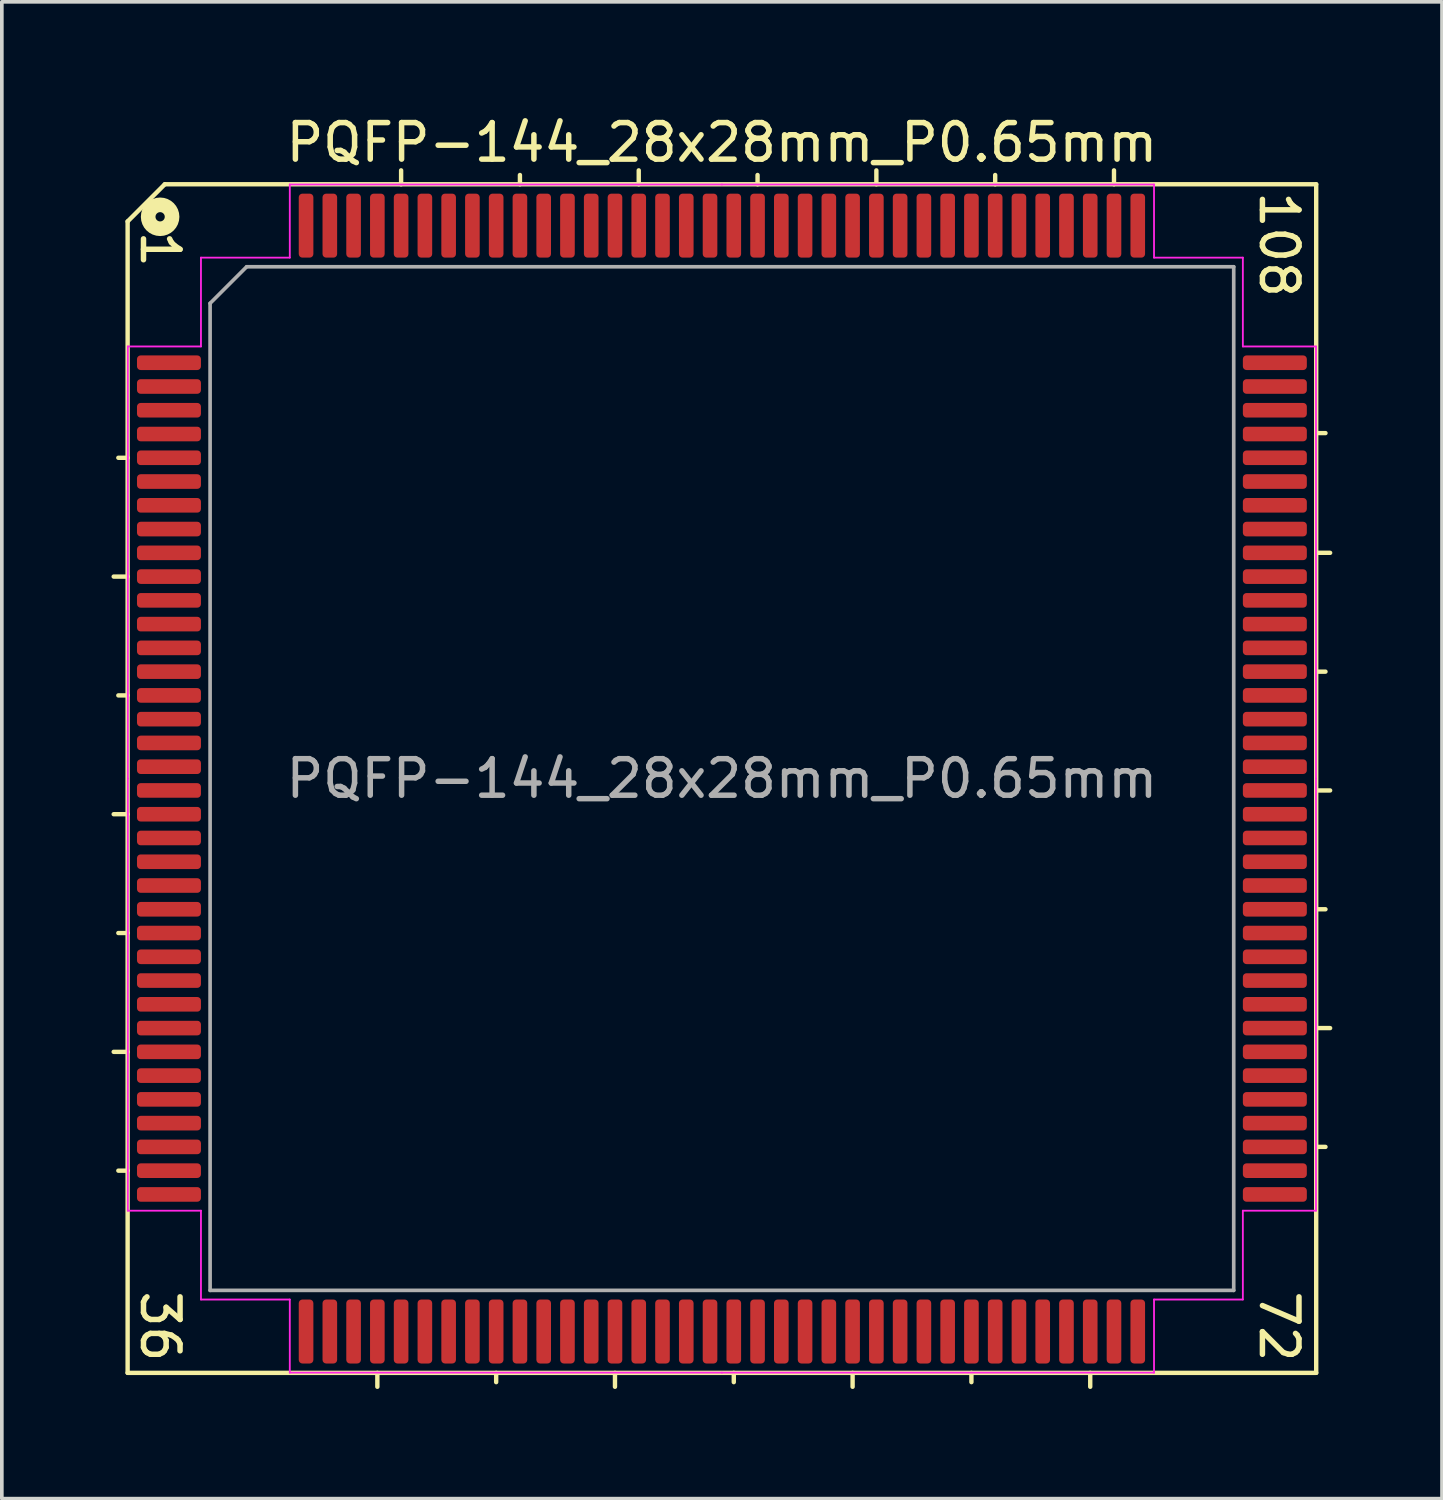
<source format=kicad_pcb>
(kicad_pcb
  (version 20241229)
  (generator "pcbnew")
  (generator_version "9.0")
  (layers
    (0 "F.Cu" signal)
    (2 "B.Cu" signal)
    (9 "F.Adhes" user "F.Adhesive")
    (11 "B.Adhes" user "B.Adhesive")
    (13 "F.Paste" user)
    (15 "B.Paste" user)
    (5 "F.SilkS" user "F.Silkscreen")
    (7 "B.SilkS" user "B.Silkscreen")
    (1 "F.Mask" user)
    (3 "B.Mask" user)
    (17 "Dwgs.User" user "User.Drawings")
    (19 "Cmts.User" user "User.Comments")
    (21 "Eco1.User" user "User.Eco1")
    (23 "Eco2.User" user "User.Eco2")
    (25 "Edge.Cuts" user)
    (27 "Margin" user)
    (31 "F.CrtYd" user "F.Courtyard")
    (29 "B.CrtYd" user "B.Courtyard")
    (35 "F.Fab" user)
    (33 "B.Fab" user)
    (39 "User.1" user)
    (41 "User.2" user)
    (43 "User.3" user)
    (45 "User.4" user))
  (footprint "PQFP-144_28x28mm_P0.65mm"
    (layer "F.Cu")
    (at 16.697 18.247)
    (property "Reference" "PQFP-144_28x28mm_P0.65mm" (at 0 -17.399 0) (layer "F.SilkS") (effects (font (size 1 1) (thickness 0.15))))
    (attr smd)
    (fp_line (start -16.256 -15.24) (end -16.256 16.256) (stroke (width 0.12) (type solid)) (layer "F.SilkS"))
    (fp_line (start -16.256 -8.775) (end -16.51 -8.775) (stroke (width 0.12) (type solid)) (layer "F.SilkS"))
    (fp_line (start -16.256 -5.525) (end -16.637 -5.525) (stroke (width 0.12) (type solid)) (layer "F.SilkS"))
    (fp_line (start -16.256 -2.275) (end -16.51 -2.275) (stroke (width 0.12) (type solid)) (layer "F.SilkS"))
    (fp_line (start -16.256 0.975) (end -16.637 0.975) (stroke (width 0.12) (type solid)) (layer "F.SilkS"))
    (fp_line (start -16.256 4.225) (end -16.51 4.225) (stroke (width 0.12) (type solid)) (layer "F.SilkS"))
    (fp_line (start -16.256 7.475) (end -16.637 7.475) (stroke (width 0.12) (type solid)) (layer "F.SilkS"))
    (fp_line (start -16.256 10.725) (end -16.51 10.725) (stroke (width 0.12) (type solid)) (layer "F.SilkS"))
    (fp_line (start -16.256 16.256) (end 16.256 16.256) (stroke (width 0.12) (type solid)) (layer "F.SilkS"))
    (fp_line (start -15.24 -16.256) (end -16.256 -15.24) (stroke (width 0.12) (type solid)) (layer "F.SilkS"))
    (fp_line (start -9.425 16.256) (end -9.425 16.637) (stroke (width 0.12) (type solid)) (layer "F.SilkS"))
    (fp_line (start -8.775 -16.256) (end -8.775 -16.637) (stroke (width 0.12) (type solid)) (layer "F.SilkS"))
    (fp_line (start -6.175 16.256) (end -6.175 16.51) (stroke (width 0.12) (type solid)) (layer "F.SilkS"))
    (fp_line (start -5.525 -16.256) (end -5.525 -16.51) (stroke (width 0.12) (type solid)) (layer "F.SilkS"))
    (fp_line (start -2.925 16.256) (end -2.925 16.637) (stroke (width 0.12) (type solid)) (layer "F.SilkS"))
    (fp_line (start -2.275 -16.256) (end -2.275 -16.637) (stroke (width 0.12) (type solid)) (layer "F.SilkS"))
    (fp_line (start 0.325 16.256) (end 0.325 16.51) (stroke (width 0.12) (type solid)) (layer "F.SilkS"))
    (fp_line (start 0.975 -16.256) (end 0.975 -16.51) (stroke (width 0.12) (type solid)) (layer "F.SilkS"))
    (fp_line (start 3.575 16.256) (end 3.575 16.637) (stroke (width 0.12) (type solid)) (layer "F.SilkS"))
    (fp_line (start 4.225 -16.256) (end 4.225 -16.637) (stroke (width 0.12) (type solid)) (layer "F.SilkS"))
    (fp_line (start 6.825 16.256) (end 6.825 16.51) (stroke (width 0.12) (type solid)) (layer "F.SilkS"))
    (fp_line (start 7.475 -16.256) (end 7.475 -16.51) (stroke (width 0.12) (type solid)) (layer "F.SilkS"))
    (fp_line (start 10.075 16.256) (end 10.075 16.637) (stroke (width 0.12) (type solid)) (layer "F.SilkS"))
    (fp_line (start 10.725 -16.256) (end 10.725 -16.637) (stroke (width 0.12) (type solid)) (layer "F.SilkS"))
    (fp_line (start 16.256 -16.256) (end -15.24 -16.256) (stroke (width 0.12) (type solid)) (layer "F.SilkS"))
    (fp_line (start 16.256 -9.45) (end 16.51 -9.45) (stroke (width 0.12) (type solid)) (layer "F.SilkS"))
    (fp_line (start 16.256 -6.175) (end 16.637 -6.175) (stroke (width 0.12) (type solid)) (layer "F.SilkS"))
    (fp_line (start 16.256 -2.925) (end 16.51 -2.925) (stroke (width 0.12) (type solid)) (layer "F.SilkS"))
    (fp_line (start 16.256 0.325) (end 16.637 0.325) (stroke (width 0.12) (type solid)) (layer "F.SilkS"))
    (fp_line (start 16.256 3.575) (end 16.51 3.575) (stroke (width 0.12) (type solid)) (layer "F.SilkS"))
    (fp_line (start 16.256 6.825) (end 16.637 6.825) (stroke (width 0.12) (type solid)) (layer "F.SilkS"))
    (fp_line (start 16.256 10.075) (end 16.51 10.075) (stroke (width 0.12) (type solid)) (layer "F.SilkS"))
    (fp_line (start 16.256 16.256) (end 16.256 -16.256) (stroke (width 0.12) (type solid)) (layer "F.SilkS"))
    (fp_circle (center -15.367 -15.367) (end -15.24 -15.367) (stroke (width 0.4) (type solid)) (fill no) (layer "F.SilkS"))
    (fp_line (start -16.25 -11.82) (end -16.25 0) (stroke (width 0.05) (type solid)) (layer "F.CrtYd"))
    (fp_line (start -16.25 11.82) (end -16.25 0) (stroke (width 0.05) (type solid)) (layer "F.CrtYd"))
    (fp_line (start -14.25 -14.25) (end -14.25 -11.82) (stroke (width 0.05) (type solid)) (layer "F.CrtYd"))
    (fp_line (start -14.25 -11.82) (end -16.25 -11.82) (stroke (width 0.05) (type solid)) (layer "F.CrtYd"))
    (fp_line (start -14.25 11.82) (end -16.25 11.82) (stroke (width 0.05) (type solid)) (layer "F.CrtYd"))
    (fp_line (start -14.25 14.25) (end -14.25 11.82) (stroke (width 0.05) (type solid)) (layer "F.CrtYd"))
    (fp_line (start -11.82 -16.25) (end -11.82 -14.25) (stroke (width 0.05) (type solid)) (layer "F.CrtYd"))
    (fp_line (start -11.82 -14.25) (end -14.25 -14.25) (stroke (width 0.05) (type solid)) (layer "F.CrtYd"))
    (fp_line (start -11.82 14.25) (end -14.25 14.25) (stroke (width 0.05) (type solid)) (layer "F.CrtYd"))
    (fp_line (start -11.82 16.25) (end -11.82 14.25) (stroke (width 0.05) (type solid)) (layer "F.CrtYd"))
    (fp_line (start 0 -16.25) (end -11.82 -16.25) (stroke (width 0.05) (type solid)) (layer "F.CrtYd"))
    (fp_line (start 0 -16.25) (end 11.82 -16.25) (stroke (width 0.05) (type solid)) (layer "F.CrtYd"))
    (fp_line (start 0 16.25) (end -11.82 16.25) (stroke (width 0.05) (type solid)) (layer "F.CrtYd"))
    (fp_line (start 0 16.25) (end 11.82 16.25) (stroke (width 0.05) (type solid)) (layer "F.CrtYd"))
    (fp_line (start 11.82 -16.25) (end 11.82 -14.25) (stroke (width 0.05) (type solid)) (layer "F.CrtYd"))
    (fp_line (start 11.82 -14.25) (end 14.25 -14.25) (stroke (width 0.05) (type solid)) (layer "F.CrtYd"))
    (fp_line (start 11.82 14.25) (end 14.25 14.25) (stroke (width 0.05) (type solid)) (layer "F.CrtYd"))
    (fp_line (start 11.82 16.25) (end 11.82 14.25) (stroke (width 0.05) (type solid)) (layer "F.CrtYd"))
    (fp_line (start 14.25 -14.25) (end 14.25 -11.82) (stroke (width 0.05) (type solid)) (layer "F.CrtYd"))
    (fp_line (start 14.25 -11.82) (end 16.25 -11.82) (stroke (width 0.05) (type solid)) (layer "F.CrtYd"))
    (fp_line (start 14.25 11.82) (end 16.25 11.82) (stroke (width 0.05) (type solid)) (layer "F.CrtYd"))
    (fp_line (start 14.25 14.25) (end 14.25 11.82) (stroke (width 0.05) (type solid)) (layer "F.CrtYd"))
    (fp_line (start 16.25 -11.82) (end 16.25 0) (stroke (width 0.05) (type solid)) (layer "F.CrtYd"))
    (fp_line (start 16.25 11.82) (end 16.25 0) (stroke (width 0.05) (type solid)) (layer "F.CrtYd"))
    (fp_line (start -14 -13) (end -13 -14) (stroke (width 0.1) (type solid)) (layer "F.Fab"))
    (fp_line (start -14 14) (end -14 -13) (stroke (width 0.1) (type solid)) (layer "F.Fab"))
    (fp_line (start -13 -14) (end 14 -14) (stroke (width 0.1) (type solid)) (layer "F.Fab"))
    (fp_line (start 14 -14) (end 14 14) (stroke (width 0.1) (type solid)) (layer "F.Fab"))
    (fp_line (start 14 14) (end -14 14) (stroke (width 0.1) (type solid)) (layer "F.Fab"))
    (fp_text user "108" (at 15.24 -14.605 270) (unlocked yes) (layer "F.SilkS") (effects (font (size 1 1) (thickness 0.15))))
    (fp_text user "1" (at -15.367 -14.478 270) (unlocked yes) (layer "F.SilkS") (effects (font (size 1 1) (thickness 0.15))))
    (fp_text user "36" (at -15.367 14.986 270) (unlocked yes) (layer "F.SilkS") (effects (font (size 1 1) (thickness 0.15))))
    (fp_text user "72" (at 15.24 14.986 270) (unlocked yes) (layer "F.SilkS") (effects (font (size 1 1) (thickness 0.15))))
    (fp_text user "${REFERENCE}" (at 0 0 0) (layer "F.Fab") (effects (font (size 1 1) (thickness 0.15))))
    (pad "1" smd roundrect (at -15.125 -11.375) (size 1.75 0.4) (layers "F.Cu" "F.Mask" "F.Paste") (roundrect_rratio 0.25))
    (pad "2" smd roundrect (at -15.125 -10.725) (size 1.75 0.4) (layers "F.Cu" "F.Mask" "F.Paste") (roundrect_rratio 0.25))
    (pad "3" smd roundrect (at -15.125 -10.075) (size 1.75 0.4) (layers "F.Cu" "F.Mask" "F.Paste") (roundrect_rratio 0.25))
    (pad "4" smd roundrect (at -15.125 -9.425) (size 1.75 0.4) (layers "F.Cu" "F.Mask" "F.Paste") (roundrect_rratio 0.25))
    (pad "5" smd roundrect (at -15.125 -8.775) (size 1.75 0.4) (layers "F.Cu" "F.Mask" "F.Paste") (roundrect_rratio 0.25))
    (pad "6" smd roundrect (at -15.125 -8.125) (size 1.75 0.4) (layers "F.Cu" "F.Mask" "F.Paste") (roundrect_rratio 0.25))
    (pad "7" smd roundrect (at -15.125 -7.475) (size 1.75 0.4) (layers "F.Cu" "F.Mask" "F.Paste") (roundrect_rratio 0.25))
    (pad "8" smd roundrect (at -15.125 -6.825) (size 1.75 0.4) (layers "F.Cu" "F.Mask" "F.Paste") (roundrect_rratio 0.25))
    (pad "9" smd roundrect (at -15.125 -6.175) (size 1.75 0.4) (layers "F.Cu" "F.Mask" "F.Paste") (roundrect_rratio 0.25))
    (pad "10" smd roundrect (at -15.125 -5.525) (size 1.75 0.4) (layers "F.Cu" "F.Mask" "F.Paste") (roundrect_rratio 0.25))
    (pad "11" smd roundrect (at -15.125 -4.875) (size 1.75 0.4) (layers "F.Cu" "F.Mask" "F.Paste") (roundrect_rratio 0.25))
    (pad "12" smd roundrect (at -15.125 -4.225) (size 1.75 0.4) (layers "F.Cu" "F.Mask" "F.Paste") (roundrect_rratio 0.25))
    (pad "13" smd roundrect (at -15.125 -3.575) (size 1.75 0.4) (layers "F.Cu" "F.Mask" "F.Paste") (roundrect_rratio 0.25))
    (pad "14" smd roundrect (at -15.125 -2.925) (size 1.75 0.4) (layers "F.Cu" "F.Mask" "F.Paste") (roundrect_rratio 0.25))
    (pad "15" smd roundrect (at -15.125 -2.275) (size 1.75 0.4) (layers "F.Cu" "F.Mask" "F.Paste") (roundrect_rratio 0.25))
    (pad "16" smd roundrect (at -15.125 -1.625) (size 1.75 0.4) (layers "F.Cu" "F.Mask" "F.Paste") (roundrect_rratio 0.25))
    (pad "17" smd roundrect (at -15.125 -0.975) (size 1.75 0.4) (layers "F.Cu" "F.Mask" "F.Paste") (roundrect_rratio 0.25))
    (pad "18" smd roundrect (at -15.125 -0.325) (size 1.75 0.4) (layers "F.Cu" "F.Mask" "F.Paste") (roundrect_rratio 0.25))
    (pad "19" smd roundrect (at -15.125 0.325) (size 1.75 0.4) (layers "F.Cu" "F.Mask" "F.Paste") (roundrect_rratio 0.25))
    (pad "20" smd roundrect (at -15.125 0.975) (size 1.75 0.4) (layers "F.Cu" "F.Mask" "F.Paste") (roundrect_rratio 0.25))
    (pad "21" smd roundrect (at -15.125 1.625) (size 1.75 0.4) (layers "F.Cu" "F.Mask" "F.Paste") (roundrect_rratio 0.25))
    (pad "22" smd roundrect (at -15.125 2.275) (size 1.75 0.4) (layers "F.Cu" "F.Mask" "F.Paste") (roundrect_rratio 0.25))
    (pad "23" smd roundrect (at -15.125 2.925) (size 1.75 0.4) (layers "F.Cu" "F.Mask" "F.Paste") (roundrect_rratio 0.25))
    (pad "24" smd roundrect (at -15.125 3.575) (size 1.75 0.4) (layers "F.Cu" "F.Mask" "F.Paste") (roundrect_rratio 0.25))
    (pad "25" smd roundrect (at -15.125 4.225) (size 1.75 0.4) (layers "F.Cu" "F.Mask" "F.Paste") (roundrect_rratio 0.25))
    (pad "26" smd roundrect (at -15.125 4.875) (size 1.75 0.4) (layers "F.Cu" "F.Mask" "F.Paste") (roundrect_rratio 0.25))
    (pad "27" smd roundrect (at -15.125 5.525) (size 1.75 0.4) (layers "F.Cu" "F.Mask" "F.Paste") (roundrect_rratio 0.25))
    (pad "28" smd roundrect (at -15.125 6.175) (size 1.75 0.4) (layers "F.Cu" "F.Mask" "F.Paste") (roundrect_rratio 0.25))
    (pad "29" smd roundrect (at -15.125 6.825) (size 1.75 0.4) (layers "F.Cu" "F.Mask" "F.Paste") (roundrect_rratio 0.25))
    (pad "30" smd roundrect (at -15.125 7.475) (size 1.75 0.4) (layers "F.Cu" "F.Mask" "F.Paste") (roundrect_rratio 0.25))
    (pad "31" smd roundrect (at -15.125 8.125) (size 1.75 0.4) (layers "F.Cu" "F.Mask" "F.Paste") (roundrect_rratio 0.25))
    (pad "32" smd roundrect (at -15.125 8.775) (size 1.75 0.4) (layers "F.Cu" "F.Mask" "F.Paste") (roundrect_rratio 0.25))
    (pad "33" smd roundrect (at -15.125 9.425) (size 1.75 0.4) (layers "F.Cu" "F.Mask" "F.Paste") (roundrect_rratio 0.25))
    (pad "34" smd roundrect (at -15.125 10.075) (size 1.75 0.4) (layers "F.Cu" "F.Mask" "F.Paste") (roundrect_rratio 0.25))
    (pad "35" smd roundrect (at -15.125 10.725) (size 1.75 0.4) (layers "F.Cu" "F.Mask" "F.Paste") (roundrect_rratio 0.25))
    (pad "36" smd roundrect (at -15.125 11.375) (size 1.75 0.4) (layers "F.Cu" "F.Mask" "F.Paste") (roundrect_rratio 0.25))
    (pad "37" smd roundrect (at -11.375 15.125) (size 0.4 1.75) (layers "F.Cu" "F.Mask" "F.Paste") (roundrect_rratio 0.25))
    (pad "38" smd roundrect (at -10.725 15.125) (size 0.4 1.75) (layers "F.Cu" "F.Mask" "F.Paste") (roundrect_rratio 0.25))
    (pad "39" smd roundrect (at -10.075 15.125) (size 0.4 1.75) (layers "F.Cu" "F.Mask" "F.Paste") (roundrect_rratio 0.25))
    (pad "40" smd roundrect (at -9.425 15.125) (size 0.4 1.75) (layers "F.Cu" "F.Mask" "F.Paste") (roundrect_rratio 0.25))
    (pad "41" smd roundrect (at -8.775 15.125) (size 0.4 1.75) (layers "F.Cu" "F.Mask" "F.Paste") (roundrect_rratio 0.25))
    (pad "42" smd roundrect (at -8.125 15.125) (size 0.4 1.75) (layers "F.Cu" "F.Mask" "F.Paste") (roundrect_rratio 0.25))
    (pad "43" smd roundrect (at -7.475 15.125) (size 0.4 1.75) (layers "F.Cu" "F.Mask" "F.Paste") (roundrect_rratio 0.25))
    (pad "44" smd roundrect (at -6.825 15.125) (size 0.4 1.75) (layers "F.Cu" "F.Mask" "F.Paste") (roundrect_rratio 0.25))
    (pad "45" smd roundrect (at -6.175 15.125) (size 0.4 1.75) (layers "F.Cu" "F.Mask" "F.Paste") (roundrect_rratio 0.25))
    (pad "46" smd roundrect (at -5.525 15.125) (size 0.4 1.75) (layers "F.Cu" "F.Mask" "F.Paste") (roundrect_rratio 0.25))
    (pad "47" smd roundrect (at -4.875 15.125) (size 0.4 1.75) (layers "F.Cu" "F.Mask" "F.Paste") (roundrect_rratio 0.25))
    (pad "48" smd roundrect (at -4.225 15.125) (size 0.4 1.75) (layers "F.Cu" "F.Mask" "F.Paste") (roundrect_rratio 0.25))
    (pad "49" smd roundrect (at -3.575 15.125) (size 0.4 1.75) (layers "F.Cu" "F.Mask" "F.Paste") (roundrect_rratio 0.25))
    (pad "50" smd roundrect (at -2.925 15.125) (size 0.4 1.75) (layers "F.Cu" "F.Mask" "F.Paste") (roundrect_rratio 0.25))
    (pad "51" smd roundrect (at -2.275 15.125) (size 0.4 1.75) (layers "F.Cu" "F.Mask" "F.Paste") (roundrect_rratio 0.25))
    (pad "52" smd roundrect (at -1.625 15.125) (size 0.4 1.75) (layers "F.Cu" "F.Mask" "F.Paste") (roundrect_rratio 0.25))
    (pad "53" smd roundrect (at -0.975 15.125) (size 0.4 1.75) (layers "F.Cu" "F.Mask" "F.Paste") (roundrect_rratio 0.25))
    (pad "54" smd roundrect (at -0.325 15.125) (size 0.4 1.75) (layers "F.Cu" "F.Mask" "F.Paste") (roundrect_rratio 0.25))
    (pad "55" smd roundrect (at 0.325 15.125) (size 0.4 1.75) (layers "F.Cu" "F.Mask" "F.Paste") (roundrect_rratio 0.25))
    (pad "56" smd roundrect (at 0.975 15.125) (size 0.4 1.75) (layers "F.Cu" "F.Mask" "F.Paste") (roundrect_rratio 0.25))
    (pad "57" smd roundrect (at 1.625 15.125) (size 0.4 1.75) (layers "F.Cu" "F.Mask" "F.Paste") (roundrect_rratio 0.25))
    (pad "58" smd roundrect (at 2.275 15.125) (size 0.4 1.75) (layers "F.Cu" "F.Mask" "F.Paste") (roundrect_rratio 0.25))
    (pad "59" smd roundrect (at 2.925 15.125) (size 0.4 1.75) (layers "F.Cu" "F.Mask" "F.Paste") (roundrect_rratio 0.25))
    (pad "60" smd roundrect (at 3.575 15.125) (size 0.4 1.75) (layers "F.Cu" "F.Mask" "F.Paste") (roundrect_rratio 0.25))
    (pad "61" smd roundrect (at 4.225 15.125) (size 0.4 1.75) (layers "F.Cu" "F.Mask" "F.Paste") (roundrect_rratio 0.25))
    (pad "62" smd roundrect (at 4.875 15.125) (size 0.4 1.75) (layers "F.Cu" "F.Mask" "F.Paste") (roundrect_rratio 0.25))
    (pad "63" smd roundrect (at 5.525 15.125) (size 0.4 1.75) (layers "F.Cu" "F.Mask" "F.Paste") (roundrect_rratio 0.25))
    (pad "64" smd roundrect (at 6.175 15.125) (size 0.4 1.75) (layers "F.Cu" "F.Mask" "F.Paste") (roundrect_rratio 0.25))
    (pad "65" smd roundrect (at 6.825 15.125) (size 0.4 1.75) (layers "F.Cu" "F.Mask" "F.Paste") (roundrect_rratio 0.25))
    (pad "66" smd roundrect (at 7.475 15.125) (size 0.4 1.75) (layers "F.Cu" "F.Mask" "F.Paste") (roundrect_rratio 0.25))
    (pad "67" smd roundrect (at 8.125 15.125) (size 0.4 1.75) (layers "F.Cu" "F.Mask" "F.Paste") (roundrect_rratio 0.25))
    (pad "68" smd roundrect (at 8.775 15.125) (size 0.4 1.75) (layers "F.Cu" "F.Mask" "F.Paste") (roundrect_rratio 0.25))
    (pad "69" smd roundrect (at 9.425 15.125) (size 0.4 1.75) (layers "F.Cu" "F.Mask" "F.Paste") (roundrect_rratio 0.25))
    (pad "70" smd roundrect (at 10.075 15.125) (size 0.4 1.75) (layers "F.Cu" "F.Mask" "F.Paste") (roundrect_rratio 0.25))
    (pad "71" smd roundrect (at 10.725 15.125) (size 0.4 1.75) (layers "F.Cu" "F.Mask" "F.Paste") (roundrect_rratio 0.25))
    (pad "72" smd roundrect (at 11.375 15.125) (size 0.4 1.75) (layers "F.Cu" "F.Mask" "F.Paste") (roundrect_rratio 0.25))
    (pad "73" smd roundrect (at 15.125 11.375) (size 1.75 0.4) (layers "F.Cu" "F.Mask" "F.Paste") (roundrect_rratio 0.25))
    (pad "74" smd roundrect (at 15.125 10.725) (size 1.75 0.4) (layers "F.Cu" "F.Mask" "F.Paste") (roundrect_rratio 0.25))
    (pad "75" smd roundrect (at 15.125 10.075) (size 1.75 0.4) (layers "F.Cu" "F.Mask" "F.Paste") (roundrect_rratio 0.25))
    (pad "76" smd roundrect (at 15.125 9.425) (size 1.75 0.4) (layers "F.Cu" "F.Mask" "F.Paste") (roundrect_rratio 0.25))
    (pad "77" smd roundrect (at 15.125 8.775) (size 1.75 0.4) (layers "F.Cu" "F.Mask" "F.Paste") (roundrect_rratio 0.25))
    (pad "78" smd roundrect (at 15.125 8.125) (size 1.75 0.4) (layers "F.Cu" "F.Mask" "F.Paste") (roundrect_rratio 0.25))
    (pad "79" smd roundrect (at 15.125 7.475) (size 1.75 0.4) (layers "F.Cu" "F.Mask" "F.Paste") (roundrect_rratio 0.25))
    (pad "80" smd roundrect (at 15.125 6.825) (size 1.75 0.4) (layers "F.Cu" "F.Mask" "F.Paste") (roundrect_rratio 0.25))
    (pad "81" smd roundrect (at 15.125 6.175) (size 1.75 0.4) (layers "F.Cu" "F.Mask" "F.Paste") (roundrect_rratio 0.25))
    (pad "82" smd roundrect (at 15.125 5.525) (size 1.75 0.4) (layers "F.Cu" "F.Mask" "F.Paste") (roundrect_rratio 0.25))
    (pad "83" smd roundrect (at 15.125 4.875) (size 1.75 0.4) (layers "F.Cu" "F.Mask" "F.Paste") (roundrect_rratio 0.25))
    (pad "84" smd roundrect (at 15.125 4.225) (size 1.75 0.4) (layers "F.Cu" "F.Mask" "F.Paste") (roundrect_rratio 0.25))
    (pad "85" smd roundrect (at 15.125 3.575) (size 1.75 0.4) (layers "F.Cu" "F.Mask" "F.Paste") (roundrect_rratio 0.25))
    (pad "86" smd roundrect (at 15.125 2.925) (size 1.75 0.4) (layers "F.Cu" "F.Mask" "F.Paste") (roundrect_rratio 0.25))
    (pad "87" smd roundrect (at 15.125 2.275) (size 1.75 0.4) (layers "F.Cu" "F.Mask" "F.Paste") (roundrect_rratio 0.25))
    (pad "88" smd roundrect (at 15.125 1.625) (size 1.75 0.4) (layers "F.Cu" "F.Mask" "F.Paste") (roundrect_rratio 0.25))
    (pad "89" smd roundrect (at 15.125 0.975) (size 1.75 0.4) (layers "F.Cu" "F.Mask" "F.Paste") (roundrect_rratio 0.25))
    (pad "90" smd roundrect (at 15.125 0.325) (size 1.75 0.4) (layers "F.Cu" "F.Mask" "F.Paste") (roundrect_rratio 0.25))
    (pad "91" smd roundrect (at 15.125 -0.325) (size 1.75 0.4) (layers "F.Cu" "F.Mask" "F.Paste") (roundrect_rratio 0.25))
    (pad "92" smd roundrect (at 15.125 -0.975) (size 1.75 0.4) (layers "F.Cu" "F.Mask" "F.Paste") (roundrect_rratio 0.25))
    (pad "93" smd roundrect (at 15.125 -1.625) (size 1.75 0.4) (layers "F.Cu" "F.Mask" "F.Paste") (roundrect_rratio 0.25))
    (pad "94" smd roundrect (at 15.125 -2.275) (size 1.75 0.4) (layers "F.Cu" "F.Mask" "F.Paste") (roundrect_rratio 0.25))
    (pad "95" smd roundrect (at 15.125 -2.925) (size 1.75 0.4) (layers "F.Cu" "F.Mask" "F.Paste") (roundrect_rratio 0.25))
    (pad "96" smd roundrect (at 15.125 -3.575) (size 1.75 0.4) (layers "F.Cu" "F.Mask" "F.Paste") (roundrect_rratio 0.25))
    (pad "97" smd roundrect (at 15.125 -4.225) (size 1.75 0.4) (layers "F.Cu" "F.Mask" "F.Paste") (roundrect_rratio 0.25))
    (pad "98" smd roundrect (at 15.125 -4.875) (size 1.75 0.4) (layers "F.Cu" "F.Mask" "F.Paste") (roundrect_rratio 0.25))
    (pad "99" smd roundrect (at 15.125 -5.525) (size 1.75 0.4) (layers "F.Cu" "F.Mask" "F.Paste") (roundrect_rratio 0.25))
    (pad "100" smd roundrect (at 15.125 -6.175) (size 1.75 0.4) (layers "F.Cu" "F.Mask" "F.Paste") (roundrect_rratio 0.25))
    (pad "101" smd roundrect (at 15.125 -6.825) (size 1.75 0.4) (layers "F.Cu" "F.Mask" "F.Paste") (roundrect_rratio 0.25))
    (pad "102" smd roundrect (at 15.125 -7.475) (size 1.75 0.4) (layers "F.Cu" "F.Mask" "F.Paste") (roundrect_rratio 0.25))
    (pad "103" smd roundrect (at 15.125 -8.125) (size 1.75 0.4) (layers "F.Cu" "F.Mask" "F.Paste") (roundrect_rratio 0.25))
    (pad "104" smd roundrect (at 15.125 -8.775) (size 1.75 0.4) (layers "F.Cu" "F.Mask" "F.Paste") (roundrect_rratio 0.25))
    (pad "105" smd roundrect (at 15.125 -9.425) (size 1.75 0.4) (layers "F.Cu" "F.Mask" "F.Paste") (roundrect_rratio 0.25))
    (pad "106" smd roundrect (at 15.125 -10.075) (size 1.75 0.4) (layers "F.Cu" "F.Mask" "F.Paste") (roundrect_rratio 0.25))
    (pad "107" smd roundrect (at 15.125 -10.725) (size 1.75 0.4) (layers "F.Cu" "F.Mask" "F.Paste") (roundrect_rratio 0.25))
    (pad "108" smd roundrect (at 15.125 -11.375) (size 1.75 0.4) (layers "F.Cu" "F.Mask" "F.Paste") (roundrect_rratio 0.25))
    (pad "109" smd roundrect (at 11.375 -15.125) (size 0.4 1.75) (layers "F.Cu" "F.Mask" "F.Paste") (roundrect_rratio 0.25))
    (pad "110" smd roundrect (at 10.725 -15.125) (size 0.4 1.75) (layers "F.Cu" "F.Mask" "F.Paste") (roundrect_rratio 0.25))
    (pad "111" smd roundrect (at 10.075 -15.125) (size 0.4 1.75) (layers "F.Cu" "F.Mask" "F.Paste") (roundrect_rratio 0.25))
    (pad "112" smd roundrect (at 9.425 -15.125) (size 0.4 1.75) (layers "F.Cu" "F.Mask" "F.Paste") (roundrect_rratio 0.25))
    (pad "113" smd roundrect (at 8.775 -15.125) (size 0.4 1.75) (layers "F.Cu" "F.Mask" "F.Paste") (roundrect_rratio 0.25))
    (pad "114" smd roundrect (at 8.125 -15.125) (size 0.4 1.75) (layers "F.Cu" "F.Mask" "F.Paste") (roundrect_rratio 0.25))
    (pad "115" smd roundrect (at 7.475 -15.125) (size 0.4 1.75) (layers "F.Cu" "F.Mask" "F.Paste") (roundrect_rratio 0.25))
    (pad "116" smd roundrect (at 6.825 -15.125) (size 0.4 1.75) (layers "F.Cu" "F.Mask" "F.Paste") (roundrect_rratio 0.25))
    (pad "117" smd roundrect (at 6.175 -15.125) (size 0.4 1.75) (layers "F.Cu" "F.Mask" "F.Paste") (roundrect_rratio 0.25))
    (pad "118" smd roundrect (at 5.525 -15.125) (size 0.4 1.75) (layers "F.Cu" "F.Mask" "F.Paste") (roundrect_rratio 0.25))
    (pad "119" smd roundrect (at 4.875 -15.125) (size 0.4 1.75) (layers "F.Cu" "F.Mask" "F.Paste") (roundrect_rratio 0.25))
    (pad "120" smd roundrect (at 4.225 -15.125) (size 0.4 1.75) (layers "F.Cu" "F.Mask" "F.Paste") (roundrect_rratio 0.25))
    (pad "121" smd roundrect (at 3.575 -15.125) (size 0.4 1.75) (layers "F.Cu" "F.Mask" "F.Paste") (roundrect_rratio 0.25))
    (pad "122" smd roundrect (at 2.925 -15.125) (size 0.4 1.75) (layers "F.Cu" "F.Mask" "F.Paste") (roundrect_rratio 0.25))
    (pad "123" smd roundrect (at 2.275 -15.125) (size 0.4 1.75) (layers "F.Cu" "F.Mask" "F.Paste") (roundrect_rratio 0.25))
    (pad "124" smd roundrect (at 1.625 -15.125) (size 0.4 1.75) (layers "F.Cu" "F.Mask" "F.Paste") (roundrect_rratio 0.25))
    (pad "125" smd roundrect (at 0.975 -15.125) (size 0.4 1.75) (layers "F.Cu" "F.Mask" "F.Paste") (roundrect_rratio 0.25))
    (pad "126" smd roundrect (at 0.325 -15.125) (size 0.4 1.75) (layers "F.Cu" "F.Mask" "F.Paste") (roundrect_rratio 0.25))
    (pad "127" smd roundrect (at -0.325 -15.125) (size 0.4 1.75) (layers "F.Cu" "F.Mask" "F.Paste") (roundrect_rratio 0.25))
    (pad "128" smd roundrect (at -0.975 -15.125) (size 0.4 1.75) (layers "F.Cu" "F.Mask" "F.Paste") (roundrect_rratio 0.25))
    (pad "129" smd roundrect (at -1.625 -15.125) (size 0.4 1.75) (layers "F.Cu" "F.Mask" "F.Paste") (roundrect_rratio 0.25))
    (pad "130" smd roundrect (at -2.275 -15.125) (size 0.4 1.75) (layers "F.Cu" "F.Mask" "F.Paste") (roundrect_rratio 0.25))
    (pad "131" smd roundrect (at -2.925 -15.125) (size 0.4 1.75) (layers "F.Cu" "F.Mask" "F.Paste") (roundrect_rratio 0.25))
    (pad "132" smd roundrect (at -3.575 -15.125) (size 0.4 1.75) (layers "F.Cu" "F.Mask" "F.Paste") (roundrect_rratio 0.25))
    (pad "133" smd roundrect (at -4.225 -15.125) (size 0.4 1.75) (layers "F.Cu" "F.Mask" "F.Paste") (roundrect_rratio 0.25))
    (pad "134" smd roundrect (at -4.875 -15.125) (size 0.4 1.75) (layers "F.Cu" "F.Mask" "F.Paste") (roundrect_rratio 0.25))
    (pad "135" smd roundrect (at -5.525 -15.125) (size 0.4 1.75) (layers "F.Cu" "F.Mask" "F.Paste") (roundrect_rratio 0.25))
    (pad "136" smd roundrect (at -6.175 -15.125) (size 0.4 1.75) (layers "F.Cu" "F.Mask" "F.Paste") (roundrect_rratio 0.25))
    (pad "137" smd roundrect (at -6.825 -15.125) (size 0.4 1.75) (layers "F.Cu" "F.Mask" "F.Paste") (roundrect_rratio 0.25))
    (pad "138" smd roundrect (at -7.475 -15.125) (size 0.4 1.75) (layers "F.Cu" "F.Mask" "F.Paste") (roundrect_rratio 0.25))
    (pad "139" smd roundrect (at -8.125 -15.125) (size 0.4 1.75) (layers "F.Cu" "F.Mask" "F.Paste") (roundrect_rratio 0.25))
    (pad "140" smd roundrect (at -8.775 -15.125) (size 0.4 1.75) (layers "F.Cu" "F.Mask" "F.Paste") (roundrect_rratio 0.25))
    (pad "141" smd roundrect (at -9.425 -15.125) (size 0.4 1.75) (layers "F.Cu" "F.Mask" "F.Paste") (roundrect_rratio 0.25))
    (pad "142" smd roundrect (at -10.075 -15.125) (size 0.4 1.75) (layers "F.Cu" "F.Mask" "F.Paste") (roundrect_rratio 0.25))
    (pad "143" smd roundrect (at -10.725 -15.125) (size 0.4 1.75) (layers "F.Cu" "F.Mask" "F.Paste") (roundrect_rratio 0.25))
    (pad "144" smd roundrect (at -11.375 -15.125) (size 0.4 1.75) (layers "F.Cu" "F.Mask" "F.Paste") (roundrect_rratio 0.25)))
  (gr_rect
    (start -3 -3)
    (end 36.394 37.944)
    (stroke (width 0.1) (type default))
    (fill no)
    (layer "Edge.Cuts")))
</source>
